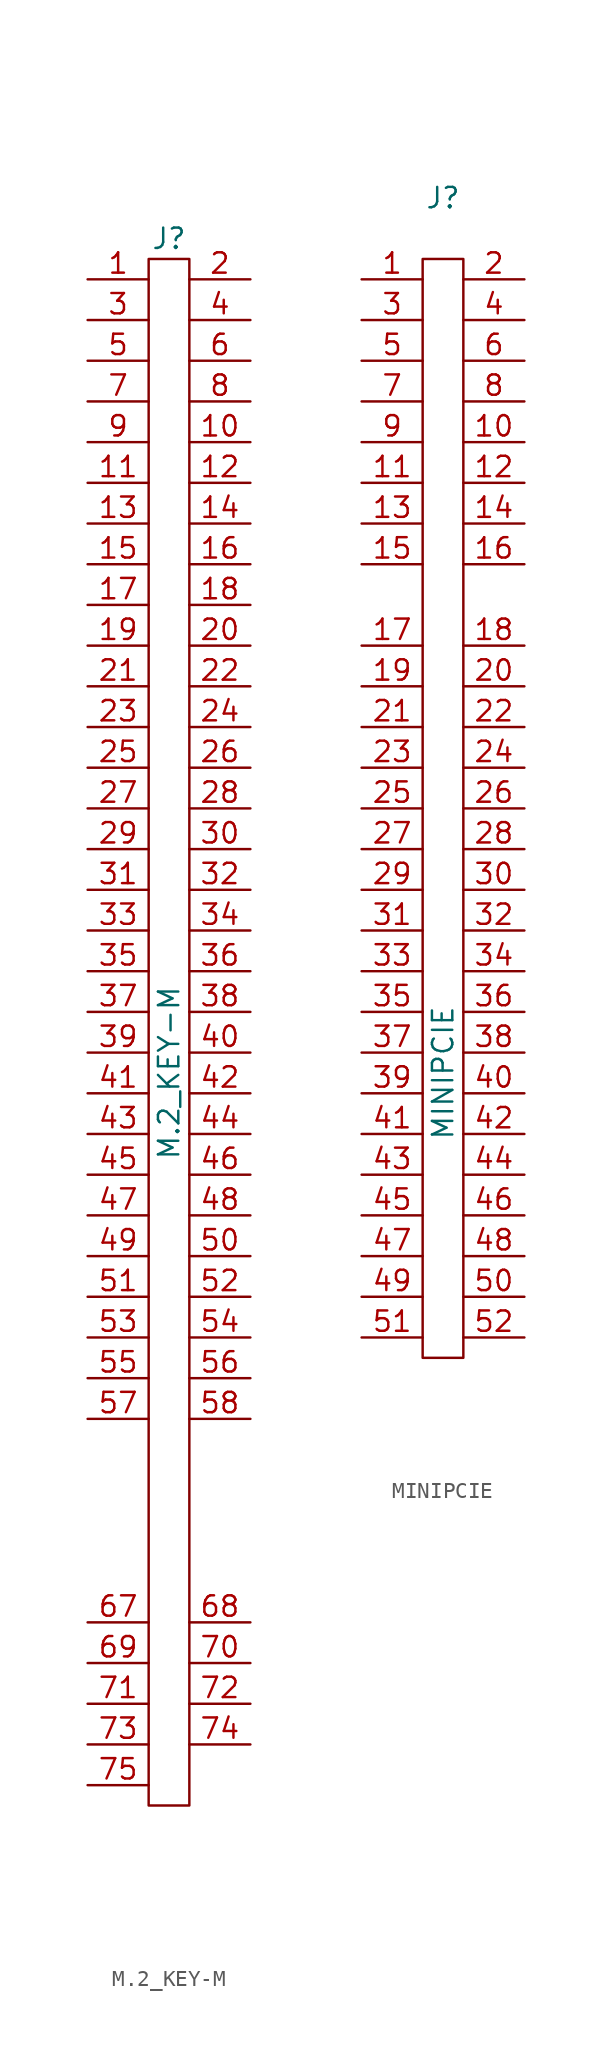
<source format=kicad_sym>
(kicad_symbol_lib
  (version 20201005)
  (generator kicad_symbol_editor)
  (symbol "M.2_KEY-M"
    (pin_names
      (offset 0.025) hide)
    (property "Reference" "J"
      (at 0 49.53 0)
      (effects (font (size 1.27 1.27))))
    (property "Value" "M.2_KEY-M"
      (at 0 -2.54 90)
      (effects (font (size 1.27 1.27))))
    (symbol "M.2_KEY-M_0_1"
      (rectangle (start -1.27 48.26) (end 1.27 -48.26) (stroke (width 0)) (fill (type none))))
    (symbol "M.2_KEY-M_1_1"
      (pin passive line (at -5.08 46.99 0) (length 3.81) (name "P1" (effects (font (size 1.27 1.27)))) (number "1" (effects (font (size 1.27 1.27)))))
      (pin passive line (at 5.08 36.83 180) (length 3.81) (name "P10" (effects (font (size 1.27 1.27)))) (number "10" (effects (font (size 1.27 1.27)))))
      (pin passive line (at -5.08 34.29 0) (length 3.81) (name "P11" (effects (font (size 1.27 1.27)))) (number "11" (effects (font (size 1.27 1.27)))))
      (pin passive line (at 5.08 34.29 180) (length 3.81) (name "P12" (effects (font (size 1.27 1.27)))) (number "12" (effects (font (size 1.27 1.27)))))
      (pin passive line (at -5.08 31.75 0) (length 3.81) (name "P13" (effects (font (size 1.27 1.27)))) (number "13" (effects (font (size 1.27 1.27)))))
      (pin passive line (at 5.08 31.75 180) (length 3.81) (name "P14" (effects (font (size 1.27 1.27)))) (number "14" (effects (font (size 1.27 1.27)))))
      (pin passive line (at -5.08 29.21 0) (length 3.81) (name "P15" (effects (font (size 1.27 1.27)))) (number "15" (effects (font (size 1.27 1.27)))))
      (pin passive line (at 5.08 29.21 180) (length 3.81) (name "P16" (effects (font (size 1.27 1.27)))) (number "16" (effects (font (size 1.27 1.27)))))
      (pin passive line (at -5.08 26.67 0) (length 3.81) (name "P17" (effects (font (size 1.27 1.27)))) (number "17" (effects (font (size 1.27 1.27)))))
      (pin passive line (at 5.08 26.67 180) (length 3.81) (name "P18" (effects (font (size 1.27 1.27)))) (number "18" (effects (font (size 1.27 1.27)))))
      (pin passive line (at -5.08 24.13 0) (length 3.81) (name "P19" (effects (font (size 1.27 1.27)))) (number "19" (effects (font (size 1.27 1.27)))))
      (pin passive line (at 5.08 46.99 180) (length 3.81) (name "P2" (effects (font (size 1.27 1.27)))) (number "2" (effects (font (size 1.27 1.27)))))
      (pin passive line (at 5.08 24.13 180) (length 3.81) (name "P20" (effects (font (size 1.27 1.27)))) (number "20" (effects (font (size 1.27 1.27)))))
      (pin passive line (at -5.08 21.59 0) (length 3.81) (name "P21" (effects (font (size 1.27 1.27)))) (number "21" (effects (font (size 1.27 1.27)))))
      (pin passive line (at 5.08 21.59 180) (length 3.81) (name "P22" (effects (font (size 1.27 1.27)))) (number "22" (effects (font (size 1.27 1.27)))))
      (pin passive line (at -5.08 19.05 0) (length 3.81) (name "P23" (effects (font (size 1.27 1.27)))) (number "23" (effects (font (size 1.27 1.27)))))
      (pin passive line (at 5.08 19.05 180) (length 3.81) (name "P24" (effects (font (size 1.27 1.27)))) (number "24" (effects (font (size 1.27 1.27)))))
      (pin passive line (at -5.08 16.51 0) (length 3.81) (name "P25" (effects (font (size 1.27 1.27)))) (number "25" (effects (font (size 1.27 1.27)))))
      (pin passive line (at 5.08 16.51 180) (length 3.81) (name "P26" (effects (font (size 1.27 1.27)))) (number "26" (effects (font (size 1.27 1.27)))))
      (pin passive line (at -5.08 13.97 0) (length 3.81) (name "P27" (effects (font (size 1.27 1.27)))) (number "27" (effects (font (size 1.27 1.27)))))
      (pin passive line (at 5.08 13.97 180) (length 3.81) (name "P28" (effects (font (size 1.27 1.27)))) (number "28" (effects (font (size 1.27 1.27)))))
      (pin passive line (at -5.08 11.43 0) (length 3.81) (name "P29" (effects (font (size 1.27 1.27)))) (number "29" (effects (font (size 1.27 1.27)))))
      (pin passive line (at -5.08 44.45 0) (length 3.81) (name "P3" (effects (font (size 1.27 1.27)))) (number "3" (effects (font (size 1.27 1.27)))))
      (pin passive line (at 5.08 11.43 180) (length 3.81) (name "P30" (effects (font (size 1.27 1.27)))) (number "30" (effects (font (size 1.27 1.27)))))
      (pin passive line (at -5.08 8.89 0) (length 3.81) (name "P31" (effects (font (size 1.27 1.27)))) (number "31" (effects (font (size 1.27 1.27)))))
      (pin passive line (at 5.08 8.89 180) (length 3.81) (name "P32" (effects (font (size 1.27 1.27)))) (number "32" (effects (font (size 1.27 1.27)))))
      (pin passive line (at -5.08 6.35 0) (length 3.81) (name "P33" (effects (font (size 1.27 1.27)))) (number "33" (effects (font (size 1.27 1.27)))))
      (pin passive line (at 5.08 6.35 180) (length 3.81) (name "P34" (effects (font (size 1.27 1.27)))) (number "34" (effects (font (size 1.27 1.27)))))
      (pin passive line (at -5.08 3.81 0) (length 3.81) (name "P35" (effects (font (size 1.27 1.27)))) (number "35" (effects (font (size 1.27 1.27)))))
      (pin passive line (at 5.08 3.81 180) (length 3.81) (name "P36" (effects (font (size 1.27 1.27)))) (number "36" (effects (font (size 1.27 1.27)))))
      (pin passive line (at -5.08 1.27 0) (length 3.81) (name "P37" (effects (font (size 1.27 1.27)))) (number "37" (effects (font (size 1.27 1.27)))))
      (pin passive line (at 5.08 1.27 180) (length 3.81) (name "P38" (effects (font (size 1.27 1.27)))) (number "38" (effects (font (size 1.27 1.27)))))
      (pin passive line (at -5.08 -1.27 0) (length 3.81) (name "P39" (effects (font (size 1.27 1.27)))) (number "39" (effects (font (size 1.27 1.27)))))
      (pin passive line (at 5.08 44.45 180) (length 3.81) (name "P4" (effects (font (size 1.27 1.27)))) (number "4" (effects (font (size 1.27 1.27)))))
      (pin passive line (at 5.08 -1.27 180) (length 3.81) (name "P40" (effects (font (size 1.27 1.27)))) (number "40" (effects (font (size 1.27 1.27)))))
      (pin passive line (at -5.08 -3.81 0) (length 3.81) (name "P41" (effects (font (size 1.27 1.27)))) (number "41" (effects (font (size 1.27 1.27)))))
      (pin passive line (at 5.08 -3.81 180) (length 3.81) (name "P42" (effects (font (size 1.27 1.27)))) (number "42" (effects (font (size 1.27 1.27)))))
      (pin passive line (at -5.08 -6.35 0) (length 3.81) (name "P43" (effects (font (size 1.27 1.27)))) (number "43" (effects (font (size 1.27 1.27)))))
      (pin passive line (at 5.08 -6.35 180) (length 3.81) (name "P44" (effects (font (size 1.27 1.27)))) (number "44" (effects (font (size 1.27 1.27)))))
      (pin passive line (at -5.08 -8.89 0) (length 3.81) (name "P45" (effects (font (size 1.27 1.27)))) (number "45" (effects (font (size 1.27 1.27)))))
      (pin passive line (at 5.08 -8.89 180) (length 3.81) (name "P46" (effects (font (size 1.27 1.27)))) (number "46" (effects (font (size 1.27 1.27)))))
      (pin passive line (at -5.08 -11.43 0) (length 3.81) (name "P47" (effects (font (size 1.27 1.27)))) (number "47" (effects (font (size 1.27 1.27)))))
      (pin passive line (at 5.08 -11.43 180) (length 3.81) (name "P48" (effects (font (size 1.27 1.27)))) (number "48" (effects (font (size 1.27 1.27)))))
      (pin passive line (at -5.08 -13.97 0) (length 3.81) (name "P49" (effects (font (size 1.27 1.27)))) (number "49" (effects (font (size 1.27 1.27)))))
      (pin passive line (at -5.08 41.91 0) (length 3.81) (name "P5" (effects (font (size 1.27 1.27)))) (number "5" (effects (font (size 1.27 1.27)))))
      (pin passive line (at 5.08 -13.97 180) (length 3.81) (name "P50" (effects (font (size 1.27 1.27)))) (number "50" (effects (font (size 1.27 1.27)))))
      (pin passive line (at -5.08 -16.51 0) (length 3.81) (name "P51" (effects (font (size 1.27 1.27)))) (number "51" (effects (font (size 1.27 1.27)))))
      (pin passive line (at 5.08 -16.51 180) (length 3.81) (name "P52" (effects (font (size 1.27 1.27)))) (number "52" (effects (font (size 1.27 1.27)))))
      (pin passive line (at -5.08 -19.05 0) (length 3.81) (name "P53" (effects (font (size 1.27 1.27)))) (number "53" (effects (font (size 1.27 1.27)))))
      (pin passive line (at 5.08 -19.05 180) (length 3.81) (name "P54" (effects (font (size 1.27 1.27)))) (number "54" (effects (font (size 1.27 1.27)))))
      (pin passive line (at -5.08 -21.59 0) (length 3.81) (name "P55" (effects (font (size 1.27 1.27)))) (number "55" (effects (font (size 1.27 1.27)))))
      (pin passive line (at 5.08 -21.59 180) (length 3.81) (name "P56" (effects (font (size 1.27 1.27)))) (number "56" (effects (font (size 1.27 1.27)))))
      (pin passive line (at -5.08 -24.13 0) (length 3.81) (name "P57" (effects (font (size 1.27 1.27)))) (number "57" (effects (font (size 1.27 1.27)))))
      (pin passive line (at 5.08 -24.13 180) (length 3.81) (name "P58" (effects (font (size 1.27 1.27)))) (number "58" (effects (font (size 1.27 1.27)))))
      (pin passive line (at 5.08 41.91 180) (length 3.81) (name "P6" (effects (font (size 1.27 1.27)))) (number "6" (effects (font (size 1.27 1.27)))))
      (pin passive line (at -5.08 -36.83 0) (length 3.81) (name "P67" (effects (font (size 1.27 1.27)))) (number "67" (effects (font (size 1.27 1.27)))))
      (pin passive line (at 5.08 -36.83 180) (length 3.81) (name "P68" (effects (font (size 1.27 1.27)))) (number "68" (effects (font (size 1.27 1.27)))))
      (pin passive line (at -5.08 -39.37 0) (length 3.81) (name "P69" (effects (font (size 1.27 1.27)))) (number "69" (effects (font (size 1.27 1.27)))))
      (pin passive line (at -5.08 39.37 0) (length 3.81) (name "P7" (effects (font (size 1.27 1.27)))) (number "7" (effects (font (size 1.27 1.27)))))
      (pin passive line (at 5.08 -39.37 180) (length 3.81) (name "P70" (effects (font (size 1.27 1.27)))) (number "70" (effects (font (size 1.27 1.27)))))
      (pin passive line (at -5.08 -41.91 0) (length 3.81) (name "P71" (effects (font (size 1.27 1.27)))) (number "71" (effects (font (size 1.27 1.27)))))
      (pin passive line (at 5.08 -41.91 180) (length 3.81) (name "P72" (effects (font (size 1.27 1.27)))) (number "72" (effects (font (size 1.27 1.27)))))
      (pin passive line (at -5.08 -44.45 0) (length 3.81) (name "P73" (effects (font (size 1.27 1.27)))) (number "73" (effects (font (size 1.27 1.27)))))
      (pin passive line (at 5.08 -44.45 180) (length 3.81) (name "P74" (effects (font (size 1.27 1.27)))) (number "74" (effects (font (size 1.27 1.27)))))
      (pin passive line (at -5.08 -46.99 0) (length 3.81) (name "P75" (effects (font (size 1.27 1.27)))) (number "75" (effects (font (size 1.27 1.27)))))
      (pin passive line (at 5.08 39.37 180) (length 3.81) (name "P8" (effects (font (size 1.27 1.27)))) (number "8" (effects (font (size 1.27 1.27)))))
      (pin passive line (at -5.08 36.83 0) (length 3.81) (name "P9" (effects (font (size 1.27 1.27)))) (number "9" (effects (font (size 1.27 1.27)))))))
  (symbol "MINIPCIE"
    (pin_names
      (offset 0.025) hide)
    (property "Reference" "J"
      (at 0 38.1 0)
      (effects (font (size 1.27 1.27))))
    (property "Value" "MINIPCIE"
      (at 0 -16.51 90)
      (effects (font (size 1.27 1.27))))
    (symbol "MINIPCIE_0_1"
      (rectangle (start -1.27 34.29) (end 1.27 -34.29) (stroke (width 0)) (fill (type none))))
    (symbol "MINIPCIE_1_1"
      (pin passive line (at -5.08 33.02 0) (length 3.81) (name "P1" (effects (font (size 1.27 1.27)))) (number "1" (effects (font (size 1.27 1.27)))))
      (pin passive line (at 5.08 22.86 180) (length 3.81) (name "P10" (effects (font (size 1.27 1.27)))) (number "10" (effects (font (size 1.27 1.27)))))
      (pin passive line (at -5.08 20.32 0) (length 3.81) (name "P11" (effects (font (size 1.27 1.27)))) (number "11" (effects (font (size 1.27 1.27)))))
      (pin passive line (at 5.08 20.32 180) (length 3.81) (name "P12" (effects (font (size 1.27 1.27)))) (number "12" (effects (font (size 1.27 1.27)))))
      (pin passive line (at -5.08 17.78 0) (length 3.81) (name "P13" (effects (font (size 1.27 1.27)))) (number "13" (effects (font (size 1.27 1.27)))))
      (pin passive line (at 5.08 17.78 180) (length 3.81) (name "P14" (effects (font (size 1.27 1.27)))) (number "14" (effects (font (size 1.27 1.27)))))
      (pin passive line (at -5.08 15.24 0) (length 3.81) (name "P15" (effects (font (size 1.27 1.27)))) (number "15" (effects (font (size 1.27 1.27)))))
      (pin passive line (at 5.08 15.24 180) (length 3.81) (name "P16" (effects (font (size 1.27 1.27)))) (number "16" (effects (font (size 1.27 1.27)))))
      (pin passive line (at -5.08 10.16 0) (length 3.81) (name "P17" (effects (font (size 1.27 1.27)))) (number "17" (effects (font (size 1.27 1.27)))))
      (pin passive line (at 5.08 10.16 180) (length 3.81) (name "P18" (effects (font (size 1.27 1.27)))) (number "18" (effects (font (size 1.27 1.27)))))
      (pin passive line (at -5.08 7.62 0) (length 3.81) (name "P19" (effects (font (size 1.27 1.27)))) (number "19" (effects (font (size 1.27 1.27)))))
      (pin passive line (at 5.08 33.02 180) (length 3.81) (name "P2" (effects (font (size 1.27 1.27)))) (number "2" (effects (font (size 1.27 1.27)))))
      (pin passive line (at 5.08 7.62 180) (length 3.81) (name "P20" (effects (font (size 1.27 1.27)))) (number "20" (effects (font (size 1.27 1.27)))))
      (pin passive line (at -5.08 5.08 0) (length 3.81) (name "P21" (effects (font (size 1.27 1.27)))) (number "21" (effects (font (size 1.27 1.27)))))
      (pin passive line (at 5.08 5.08 180) (length 3.81) (name "P22" (effects (font (size 1.27 1.27)))) (number "22" (effects (font (size 1.27 1.27)))))
      (pin passive line (at -5.08 2.54 0) (length 3.81) (name "P23" (effects (font (size 1.27 1.27)))) (number "23" (effects (font (size 1.27 1.27)))))
      (pin passive line (at 5.08 2.54 180) (length 3.81) (name "P24" (effects (font (size 1.27 1.27)))) (number "24" (effects (font (size 1.27 1.27)))))
      (pin passive line (at -5.08 0 0) (length 3.81) (name "P25" (effects (font (size 1.27 1.27)))) (number "25" (effects (font (size 1.27 1.27)))))
      (pin passive line (at 5.08 0 180) (length 3.81) (name "P26" (effects (font (size 1.27 1.27)))) (number "26" (effects (font (size 1.27 1.27)))))
      (pin passive line (at -5.08 -2.54 0) (length 3.81) (name "P27" (effects (font (size 1.27 1.27)))) (number "27" (effects (font (size 1.27 1.27)))))
      (pin passive line (at 5.08 -2.54 180) (length 3.81) (name "P28" (effects (font (size 1.27 1.27)))) (number "28" (effects (font (size 1.27 1.27)))))
      (pin passive line (at -5.08 -5.08 0) (length 3.81) (name "P29" (effects (font (size 1.27 1.27)))) (number "29" (effects (font (size 1.27 1.27)))))
      (pin passive line (at -5.08 30.48 0) (length 3.81) (name "P3" (effects (font (size 1.27 1.27)))) (number "3" (effects (font (size 1.27 1.27)))))
      (pin passive line (at 5.08 -5.08 180) (length 3.81) (name "P30" (effects (font (size 1.27 1.27)))) (number "30" (effects (font (size 1.27 1.27)))))
      (pin passive line (at -5.08 -7.62 0) (length 3.81) (name "P31" (effects (font (size 1.27 1.27)))) (number "31" (effects (font (size 1.27 1.27)))))
      (pin passive line (at 5.08 -7.62 180) (length 3.81) (name "P32" (effects (font (size 1.27 1.27)))) (number "32" (effects (font (size 1.27 1.27)))))
      (pin passive line (at -5.08 -10.16 0) (length 3.81) (name "P33" (effects (font (size 1.27 1.27)))) (number "33" (effects (font (size 1.27 1.27)))))
      (pin passive line (at 5.08 -10.16 180) (length 3.81) (name "P34" (effects (font (size 1.27 1.27)))) (number "34" (effects (font (size 1.27 1.27)))))
      (pin passive line (at -5.08 -12.7 0) (length 3.81) (name "P35" (effects (font (size 1.27 1.27)))) (number "35" (effects (font (size 1.27 1.27)))))
      (pin passive line (at 5.08 -12.7 180) (length 3.81) (name "P36" (effects (font (size 1.27 1.27)))) (number "36" (effects (font (size 1.27 1.27)))))
      (pin passive line (at -5.08 -15.24 0) (length 3.81) (name "P37" (effects (font (size 1.27 1.27)))) (number "37" (effects (font (size 1.27 1.27)))))
      (pin passive line (at 5.08 -15.24 180) (length 3.81) (name "P38" (effects (font (size 1.27 1.27)))) (number "38" (effects (font (size 1.27 1.27)))))
      (pin passive line (at -5.08 -17.78 0) (length 3.81) (name "P39" (effects (font (size 1.27 1.27)))) (number "39" (effects (font (size 1.27 1.27)))))
      (pin passive line (at 5.08 30.48 180) (length 3.81) (name "P4" (effects (font (size 1.27 1.27)))) (number "4" (effects (font (size 1.27 1.27)))))
      (pin passive line (at 5.08 -17.78 180) (length 3.81) (name "P40" (effects (font (size 1.27 1.27)))) (number "40" (effects (font (size 1.27 1.27)))))
      (pin passive line (at -5.08 -20.32 0) (length 3.81) (name "P41" (effects (font (size 1.27 1.27)))) (number "41" (effects (font (size 1.27 1.27)))))
      (pin passive line (at 5.08 -20.32 180) (length 3.81) (name "P42" (effects (font (size 1.27 1.27)))) (number "42" (effects (font (size 1.27 1.27)))))
      (pin passive line (at -5.08 -22.86 0) (length 3.81) (name "P43" (effects (font (size 1.27 1.27)))) (number "43" (effects (font (size 1.27 1.27)))))
      (pin passive line (at 5.08 -22.86 180) (length 3.81) (name "P44" (effects (font (size 1.27 1.27)))) (number "44" (effects (font (size 1.27 1.27)))))
      (pin passive line (at -5.08 -25.4 0) (length 3.81) (name "P45" (effects (font (size 1.27 1.27)))) (number "45" (effects (font (size 1.27 1.27)))))
      (pin passive line (at 5.08 -25.4 180) (length 3.81) (name "P46" (effects (font (size 1.27 1.27)))) (number "46" (effects (font (size 1.27 1.27)))))
      (pin passive line (at -5.08 -27.94 0) (length 3.81) (name "P47" (effects (font (size 1.27 1.27)))) (number "47" (effects (font (size 1.27 1.27)))))
      (pin passive line (at 5.08 -27.94 180) (length 3.81) (name "P48" (effects (font (size 1.27 1.27)))) (number "48" (effects (font (size 1.27 1.27)))))
      (pin passive line (at -5.08 -30.48 0) (length 3.81) (name "P49" (effects (font (size 1.27 1.27)))) (number "49" (effects (font (size 1.27 1.27)))))
      (pin passive line (at -5.08 27.94 0) (length 3.81) (name "P5" (effects (font (size 1.27 1.27)))) (number "5" (effects (font (size 1.27 1.27)))))
      (pin passive line (at 5.08 -30.48 180) (length 3.81) (name "P50" (effects (font (size 1.27 1.27)))) (number "50" (effects (font (size 1.27 1.27)))))
      (pin passive line (at -5.08 -33.02 0) (length 3.81) (name "P51" (effects (font (size 1.27 1.27)))) (number "51" (effects (font (size 1.27 1.27)))))
      (pin passive line (at 5.08 -33.02 180) (length 3.81) (name "P52" (effects (font (size 1.27 1.27)))) (number "52" (effects (font (size 1.27 1.27)))))
      (pin passive line (at 5.08 27.94 180) (length 3.81) (name "P6" (effects (font (size 1.27 1.27)))) (number "6" (effects (font (size 1.27 1.27)))))
      (pin passive line (at -5.08 25.4 0) (length 3.81) (name "P7" (effects (font (size 1.27 1.27)))) (number "7" (effects (font (size 1.27 1.27)))))
      (pin passive line (at 5.08 25.4 180) (length 3.81) (name "P8" (effects (font (size 1.27 1.27)))) (number "8" (effects (font (size 1.27 1.27)))))
      (pin passive line (at -5.08 22.86 0) (length 3.81) (name "P9" (effects (font (size 1.27 1.27)))) (number "9" (effects (font (size 1.27 1.27))))))))
</source>
